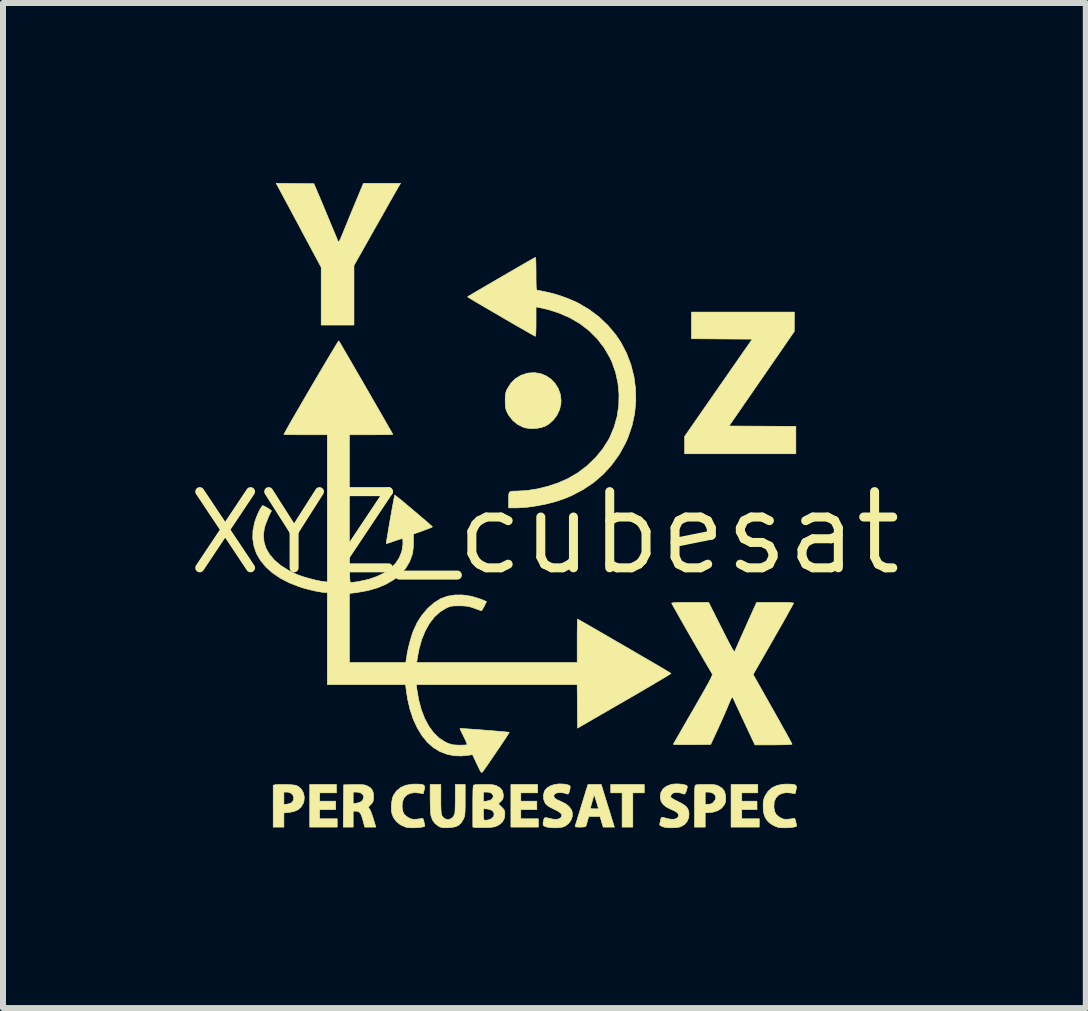
<source format=kicad_pcb>
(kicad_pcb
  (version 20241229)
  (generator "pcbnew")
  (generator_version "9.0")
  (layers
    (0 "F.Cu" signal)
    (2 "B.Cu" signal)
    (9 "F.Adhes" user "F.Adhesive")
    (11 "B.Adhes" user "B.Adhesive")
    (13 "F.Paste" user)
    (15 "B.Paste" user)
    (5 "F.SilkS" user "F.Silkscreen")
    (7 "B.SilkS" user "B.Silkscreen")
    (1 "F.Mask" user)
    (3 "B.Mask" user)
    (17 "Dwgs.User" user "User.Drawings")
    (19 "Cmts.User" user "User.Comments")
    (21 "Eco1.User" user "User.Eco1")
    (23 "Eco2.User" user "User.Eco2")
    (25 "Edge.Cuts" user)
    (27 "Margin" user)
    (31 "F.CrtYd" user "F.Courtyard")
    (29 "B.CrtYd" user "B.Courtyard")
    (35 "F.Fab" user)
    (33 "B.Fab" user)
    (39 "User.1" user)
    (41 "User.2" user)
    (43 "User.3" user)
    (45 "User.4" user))
  (footprint "XYZ_cubesat"
    (layer "F.Cu")
    (at 6.025 5.835)
    (property "Reference" "XYZ_cubesat" (at 0 0 0) (layer "F.SilkS") (effects (font (size 1.27 1.27) (thickness 0.15))))
    (attr through_hole)
    (fp_poly (pts (xy 1.664 4.331) (xy 1.473 4.331) (xy 1.473 4.902) (xy 1.295 4.902) (xy 1.295 4.331) (xy 1.105 4.331) (xy 1.105 4.191) (xy 1.664 4.191) (xy 1.664 4.331)) (stroke (width 0.01) (type solid)) (fill yes) (layer "F.SilkS"))
    (fp_poly (pts (xy -3.467 4.331) (xy -3.747 4.331) (xy -3.747 4.47) (xy -3.48 4.47) (xy -3.48 4.61) (xy -3.747 4.61) (xy -3.747 4.763) (xy -3.454 4.763) (xy -3.454 4.902) (xy -3.912 4.902) (xy -3.912 4.191) (xy -3.467 4.191) (xy -3.467 4.331)) (stroke (width 0.01) (type solid)) (fill yes) (layer "F.SilkS"))
    (fp_poly (pts (xy -0.114 4.331) (xy -0.394 4.331) (xy -0.394 4.47) (xy -0.127 4.47) (xy -0.127 4.61) (xy -0.394 4.61) (xy -0.394 4.763) (xy -0.102 4.763) (xy -0.102 4.902) (xy -0.559 4.902) (xy -0.559 4.191) (xy -0.114 4.191) (xy -0.114 4.331)) (stroke (width 0.01) (type solid)) (fill yes) (layer "F.SilkS"))
    (fp_poly (pts (xy 3.556 4.331) (xy 3.289 4.331) (xy 3.289 4.47) (xy 3.543 4.47) (xy 3.543 4.61) (xy 3.289 4.61) (xy 3.289 4.763) (xy 3.581 4.763) (xy 3.581 4.902) (xy 3.111 4.902) (xy 3.111 4.191) (xy 3.556 4.191) (xy 3.556 4.331)) (stroke (width 0.01) (type solid)) (fill yes) (layer "F.SilkS"))
    (fp_poly (pts (xy 4.165 -3.521) (xy 4.164 -3.359) (xy 3.077 -1.784) (xy 3.634 -1.781) (xy 4.191 -1.778) (xy 4.191 -1.321) (xy 2.337 -1.321) (xy 2.337 -1.611) (xy 3.464 -3.232) (xy 2.957 -3.235) (xy 2.451 -3.239) (xy 2.451 -3.683) (xy 4.166 -3.683) (xy 4.165 -3.521)) (stroke (width 0.01) (type solid)) (fill yes) (layer "F.SilkS"))
    (fp_poly (pts (xy -4.302 4.193) (xy -4.234 4.195) (xy -4.186 4.199) (xy -4.151 4.204) (xy -4.125 4.213) (xy -4.102 4.225) (xy -4.1 4.226) (xy -4.05 4.271) (xy -4.018 4.331) (xy -4.003 4.399) (xy -4.008 4.469) (xy -4.02 4.505) (xy -4.057 4.568) (xy -4.109 4.613) (xy -4.179 4.643) (xy -4.261 4.657) (xy -4.343 4.665) (xy -4.343 4.902) (xy -4.521 4.902) (xy -4.521 4.318) (xy -4.343 4.318) (xy -4.343 4.525) (xy -4.284 4.518) (xy -4.232 4.505) (xy -4.201 4.483) (xy -4.179 4.44) (xy -4.18 4.397) (xy -4.199 4.359) (xy -4.235 4.331) (xy -4.285 4.318) (xy -4.294 4.318) (xy -4.343 4.318) (xy -4.521 4.318) (xy -4.521 4.204) (xy -4.49 4.196) (xy -4.465 4.194) (xy -4.421 4.192) (xy -4.364 4.192) (xy -4.302 4.193)) (stroke (width 0.01) (type solid)) (fill yes) (layer "F.SilkS"))
    (fp_poly (pts (xy -0.066 -2.658) (xy 0.026 -2.621) (xy 0.107 -2.567) (xy 0.175 -2.497) (xy 0.228 -2.414) (xy 0.263 -2.32) (xy 0.277 -2.218) (xy 0.275 -2.155) (xy 0.252 -2.056) (xy 0.208 -1.963) (xy 0.146 -1.881) (xy 0.069 -1.814) (xy 0.015 -1.782) (xy -0.057 -1.757) (xy -0.143 -1.743) (xy -0.231 -1.741) (xy -0.314 -1.752) (xy -0.351 -1.763) (xy -0.445 -1.809) (xy -0.527 -1.876) (xy -0.594 -1.961) (xy -0.619 -2.007) (xy -0.635 -2.043) (xy -0.646 -2.076) (xy -0.651 -2.115) (xy -0.653 -2.166) (xy -0.654 -2.203) (xy -0.653 -2.265) (xy -0.65 -2.309) (xy -0.643 -2.344) (xy -0.631 -2.377) (xy -0.62 -2.401) (xy -0.56 -2.497) (xy -0.484 -2.573) (xy -0.394 -2.628) (xy -0.289 -2.663) (xy -0.27 -2.667) (xy -0.165 -2.673) (xy -0.066 -2.658)) (stroke (width 0.01) (type solid)) (fill yes) (layer "F.SilkS"))
    (fp_poly (pts (xy -3.053 4.194) (xy -3.014 4.197) (xy -2.985 4.203) (xy -2.958 4.213) (xy -2.953 4.215) (xy -2.899 4.248) (xy -2.865 4.291) (xy -2.849 4.348) (xy -2.848 4.405) (xy -2.852 4.451) (xy -2.86 4.482) (xy -2.875 4.505) (xy -2.899 4.529) (xy -2.923 4.554) (xy -2.934 4.573) (xy -2.933 4.579) (xy -2.913 4.602) (xy -2.89 4.651) (xy -2.864 4.725) (xy -2.846 4.782) (xy -2.81 4.902) (xy -2.995 4.902) (xy -3.024 4.792) (xy -3.044 4.725) (xy -3.064 4.679) (xy -3.087 4.652) (xy -3.115 4.638) (xy -3.143 4.636) (xy -3.188 4.636) (xy -3.188 4.902) (xy -3.353 4.902) (xy -3.348 4.318) (xy -3.188 4.318) (xy -3.188 4.511) (xy -3.127 4.503) (xy -3.072 4.487) (xy -3.038 4.463) (xy -3.015 4.422) (xy -3.014 4.384) (xy -3.034 4.351) (xy -3.072 4.328) (xy -3.125 4.318) (xy -3.132 4.318) (xy -3.188 4.318) (xy -3.348 4.318) (xy -3.346 4.197) (xy -3.178 4.194) (xy -3.105 4.193) (xy -3.053 4.194)) (stroke (width 0.01) (type solid)) (fill yes) (layer "F.SilkS"))
    (fp_poly (pts (xy -1.727 4.433) (xy -1.727 4.523) (xy -1.725 4.592) (xy -1.723 4.642) (xy -1.718 4.677) (xy -1.712 4.702) (xy -1.708 4.712) (xy -1.676 4.752) (xy -1.635 4.773) (xy -1.59 4.774) (xy -1.549 4.757) (xy -1.515 4.723) (xy -1.494 4.673) (xy -1.494 4.672) (xy -1.491 4.646) (xy -1.489 4.6) (xy -1.487 4.539) (xy -1.486 4.468) (xy -1.486 4.412) (xy -1.486 4.191) (xy -1.321 4.191) (xy -1.321 4.448) (xy -1.321 4.536) (xy -1.322 4.602) (xy -1.324 4.652) (xy -1.327 4.688) (xy -1.331 4.716) (xy -1.338 4.739) (xy -1.348 4.762) (xy -1.352 4.771) (xy -1.386 4.829) (xy -1.429 4.87) (xy -1.484 4.896) (xy -1.558 4.909) (xy -1.598 4.912) (xy -1.656 4.913) (xy -1.697 4.911) (xy -1.729 4.903) (xy -1.76 4.89) (xy -1.763 4.888) (xy -1.822 4.844) (xy -1.867 4.782) (xy -1.891 4.712) (xy -1.896 4.68) (xy -1.899 4.629) (xy -1.902 4.563) (xy -1.904 4.488) (xy -1.905 4.423) (xy -1.905 4.191) (xy -1.727 4.191) (xy -1.727 4.433)) (stroke (width 0.01) (type solid)) (fill yes) (layer "F.SilkS"))
    (fp_poly (pts (xy 2.765 4.192) (xy 2.814 4.194) (xy 2.85 4.198) (xy 2.878 4.206) (xy 2.906 4.218) (xy 2.908 4.22) (xy 2.961 4.254) (xy 2.995 4.295) (xy 3.014 4.348) (xy 3.02 4.4) (xy 3.021 4.451) (xy 3.016 4.489) (xy 3.002 4.523) (xy 2.998 4.53) (xy 2.952 4.587) (xy 2.887 4.629) (xy 2.806 4.654) (xy 2.727 4.661) (xy 2.68 4.661) (xy 2.68 4.902) (xy 2.502 4.902) (xy 2.502 4.554) (xy 2.502 4.45) (xy 2.503 4.368) (xy 2.503 4.318) (xy 2.68 4.318) (xy 2.68 4.521) (xy 2.731 4.521) (xy 2.775 4.516) (xy 2.809 4.495) (xy 2.82 4.484) (xy 2.85 4.442) (xy 2.856 4.401) (xy 2.841 4.364) (xy 2.807 4.336) (xy 2.757 4.32) (xy 2.725 4.318) (xy 2.68 4.318) (xy 2.503 4.318) (xy 2.504 4.307) (xy 2.505 4.262) (xy 2.508 4.232) (xy 2.512 4.213) (xy 2.517 4.203) (xy 2.522 4.199) (xy 2.542 4.196) (xy 2.582 4.193) (xy 2.635 4.192) (xy 2.697 4.191) (xy 2.697 4.191) (xy 2.765 4.192)) (stroke (width 0.01) (type solid)) (fill yes) (layer "F.SilkS"))
    (fp_poly (pts (xy -2.098 4.186) (xy -2.047 4.19) (xy -2.015 4.2) (xy -1.999 4.218) (xy -1.997 4.246) (xy -2.005 4.286) (xy -2.008 4.297) (xy -2.021 4.345) (xy -2.074 4.335) (xy -2.164 4.327) (xy -2.239 4.339) (xy -2.299 4.37) (xy -2.342 4.418) (xy -2.367 4.483) (xy -2.373 4.563) (xy -2.372 4.568) (xy -2.362 4.635) (xy -2.34 4.685) (xy -2.3 4.723) (xy -2.26 4.748) (xy -2.219 4.766) (xy -2.18 4.772) (xy -2.133 4.77) (xy -2.089 4.765) (xy -2.055 4.759) (xy -2.042 4.756) (xy -2.028 4.757) (xy -2.018 4.774) (xy -2.008 4.812) (xy -2.008 4.813) (xy -2 4.851) (xy -1.995 4.876) (xy -1.994 4.883) (xy -2.006 4.893) (xy -2.037 4.901) (xy -2.082 4.907) (xy -2.136 4.912) (xy -2.193 4.913) (xy -2.246 4.912) (xy -2.29 4.908) (xy -2.311 4.903) (xy -2.396 4.866) (xy -2.465 4.812) (xy -2.516 4.744) (xy -2.541 4.681) (xy -2.55 4.626) (xy -2.551 4.558) (xy -2.546 4.488) (xy -2.535 4.425) (xy -2.519 4.376) (xy -2.518 4.375) (xy -2.465 4.298) (xy -2.396 4.241) (xy -2.311 4.204) (xy -2.21 4.187) (xy -2.172 4.185) (xy -2.098 4.186)) (stroke (width 0.01) (type solid)) (fill yes) (layer "F.SilkS"))
    (fp_poly (pts (xy -4.158 -5.826) (xy -3.843 -5.823) (xy -3.794 -5.709) (xy -3.776 -5.667) (xy -3.75 -5.606) (xy -3.718 -5.53) (xy -3.681 -5.443) (xy -3.643 -5.35) (xy -3.603 -5.255) (xy -3.599 -5.245) (xy -3.562 -5.155) (xy -3.527 -5.072) (xy -3.496 -4.998) (xy -3.471 -4.938) (xy -3.452 -4.893) (xy -3.442 -4.867) (xy -3.44 -4.864) (xy -3.435 -4.855) (xy -3.428 -4.855) (xy -3.419 -4.865) (xy -3.407 -4.889) (xy -3.389 -4.93) (xy -3.364 -4.989) (xy -3.335 -5.061) (xy -3.3 -5.146) (xy -3.259 -5.247) (xy -3.215 -5.354) (xy -3.171 -5.46) (xy -3.131 -5.557) (xy -3.13 -5.559) (xy -3.017 -5.829) (xy -2.398 -5.829) (xy -2.423 -5.788) (xy -2.434 -5.77) (xy -2.456 -5.731) (xy -2.488 -5.675) (xy -2.529 -5.603) (xy -2.578 -5.517) (xy -2.633 -5.419) (xy -2.693 -5.312) (xy -2.758 -5.198) (xy -2.812 -5.103) (xy -3.175 -4.459) (xy -3.175 -3.467) (xy -3.721 -3.467) (xy -3.721 -4.429) (xy -4.04 -5.024) (xy -4.102 -5.142) (xy -4.163 -5.255) (xy -4.221 -5.363) (xy -4.274 -5.462) (xy -4.321 -5.549) (xy -4.36 -5.622) (xy -4.391 -5.679) (xy -4.411 -5.717) (xy -4.415 -5.725) (xy -4.472 -5.83) (xy -4.158 -5.826)) (stroke (width 0.01) (type solid)) (fill yes) (layer "F.SilkS"))
    (fp_poly (pts (xy 4.1 4.186) (xy 4.151 4.19) (xy 4.183 4.2) (xy 4.199 4.218) (xy 4.201 4.246) (xy 4.193 4.286) (xy 4.19 4.297) (xy 4.177 4.345) (xy 4.123 4.335) (xy 4.034 4.327) (xy 3.959 4.339) (xy 3.899 4.37) (xy 3.856 4.418) (xy 3.83 4.483) (xy 3.825 4.563) (xy 3.825 4.568) (xy 3.835 4.635) (xy 3.858 4.685) (xy 3.898 4.723) (xy 3.938 4.748) (xy 3.979 4.766) (xy 4.018 4.772) (xy 4.065 4.77) (xy 4.108 4.765) (xy 4.143 4.759) (xy 4.156 4.756) (xy 4.169 4.757) (xy 4.179 4.774) (xy 4.19 4.812) (xy 4.19 4.813) (xy 4.198 4.851) (xy 4.203 4.876) (xy 4.204 4.883) (xy 4.192 4.893) (xy 4.161 4.901) (xy 4.115 4.907) (xy 4.061 4.912) (xy 4.005 4.913) (xy 3.952 4.912) (xy 3.907 4.908) (xy 3.886 4.903) (xy 3.82 4.876) (xy 3.76 4.838) (xy 3.716 4.797) (xy 3.714 4.794) (xy 3.679 4.739) (xy 3.657 4.677) (xy 3.647 4.604) (xy 3.646 4.553) (xy 3.647 4.492) (xy 3.654 4.446) (xy 3.668 4.404) (xy 3.675 4.388) (xy 3.725 4.308) (xy 3.79 4.248) (xy 3.871 4.209) (xy 3.968 4.188) (xy 4.026 4.185) (xy 4.1 4.186)) (stroke (width 0.01) (type solid)) (fill yes) (layer "F.SilkS"))
    (fp_poly (pts (xy 1.026 4.448) (xy 1.052 4.532) (xy 1.078 4.615) (xy 1.101 4.691) (xy 1.121 4.755) (xy 1.135 4.8) (xy 1.136 4.804) (xy 1.166 4.902) (xy 0.979 4.902) (xy 0.953 4.813) (xy 0.926 4.724) (xy 0.738 4.724) (xy 0.718 4.797) (xy 0.706 4.839) (xy 0.696 4.872) (xy 0.692 4.886) (xy 0.676 4.896) (xy 0.637 4.901) (xy 0.596 4.902) (xy 0.547 4.901) (xy 0.519 4.897) (xy 0.511 4.889) (xy 0.511 4.886) (xy 0.517 4.87) (xy 0.528 4.833) (xy 0.545 4.779) (xy 0.565 4.712) (xy 0.589 4.635) (xy 0.602 4.591) (xy 0.605 4.582) (xy 0.765 4.582) (xy 0.769 4.591) (xy 0.793 4.596) (xy 0.83 4.597) (xy 0.869 4.597) (xy 0.895 4.596) (xy 0.901 4.594) (xy 0.898 4.582) (xy 0.888 4.55) (xy 0.875 4.505) (xy 0.864 4.47) (xy 0.848 4.417) (xy 0.836 4.384) (xy 0.829 4.371) (xy 0.823 4.373) (xy 0.819 4.388) (xy 0.81 4.425) (xy 0.797 4.471) (xy 0.784 4.518) (xy 0.773 4.558) (xy 0.765 4.581) (xy 0.765 4.582) (xy 0.605 4.582) (xy 0.628 4.507) (xy 0.652 4.428) (xy 0.674 4.357) (xy 0.691 4.3) (xy 0.703 4.262) (xy 0.707 4.251) (xy 0.726 4.191) (xy 0.947 4.191) (xy 1.026 4.448)) (stroke (width 0.01) (type solid)) (fill yes) (layer "F.SilkS"))
    (fp_poly (pts (xy 0.334 4.186) (xy 0.359 4.19) (xy 0.4 4.2) (xy 0.423 4.212) (xy 0.43 4.232) (xy 0.426 4.267) (xy 0.417 4.3) (xy 0.406 4.336) (xy 0.394 4.351) (xy 0.384 4.35) (xy 0.32 4.332) (xy 0.26 4.326) (xy 0.21 4.331) (xy 0.174 4.348) (xy 0.158 4.37) (xy 0.158 4.397) (xy 0.176 4.422) (xy 0.216 4.448) (xy 0.278 4.475) (xy 0.279 4.476) (xy 0.355 4.514) (xy 0.414 4.562) (xy 0.452 4.617) (xy 0.464 4.655) (xy 0.465 4.722) (xy 0.443 4.786) (xy 0.403 4.841) (xy 0.348 4.883) (xy 0.308 4.9) (xy 0.258 4.909) (xy 0.194 4.913) (xy 0.126 4.912) (xy 0.066 4.906) (xy 0.038 4.9) (xy -0.001 4.886) (xy -0.02 4.87) (xy -0.023 4.842) (xy -0.02 4.817) (xy -0.01 4.773) (xy 0.002 4.749) (xy 0.024 4.743) (xy 0.061 4.751) (xy 0.077 4.755) (xy 0.148 4.77) (xy 0.208 4.772) (xy 0.253 4.76) (xy 0.281 4.735) (xy 0.286 4.724) (xy 0.289 4.7) (xy 0.279 4.678) (xy 0.253 4.655) (xy 0.209 4.628) (xy 0.158 4.603) (xy 0.099 4.573) (xy 0.058 4.548) (xy 0.03 4.525) (xy 0.011 4.5) (xy -0.012 4.441) (xy -0.017 4.374) (xy -0.002 4.31) (xy 0.004 4.296) (xy 0.042 4.25) (xy 0.099 4.215) (xy 0.169 4.191) (xy 0.249 4.181) (xy 0.334 4.186)) (stroke (width 0.01) (type solid)) (fill yes) (layer "F.SilkS"))
    (fp_poly (pts (xy 2.283 4.187) (xy 2.332 4.195) (xy 2.367 4.207) (xy 2.377 4.213) (xy 2.381 4.231) (xy 2.376 4.262) (xy 2.366 4.297) (xy 2.353 4.328) (xy 2.339 4.349) (xy 2.33 4.352) (xy 2.273 4.334) (xy 2.219 4.324) (xy 2.176 4.324) (xy 2.171 4.325) (xy 2.136 4.34) (xy 2.111 4.366) (xy 2.103 4.394) (xy 2.104 4.403) (xy 2.118 4.416) (xy 2.15 4.436) (xy 2.195 4.46) (xy 2.23 4.477) (xy 2.301 4.515) (xy 2.351 4.549) (xy 2.384 4.586) (xy 2.402 4.627) (xy 2.41 4.667) (xy 2.406 4.74) (xy 2.38 4.805) (xy 2.335 4.858) (xy 2.273 4.894) (xy 2.251 4.901) (xy 2.211 4.908) (xy 2.155 4.912) (xy 2.096 4.913) (xy 2.042 4.911) (xy 2.013 4.906) (xy 1.982 4.898) (xy 1.952 4.887) (xy 1.927 4.873) (xy 1.921 4.854) (xy 1.924 4.842) (xy 1.932 4.804) (xy 1.939 4.774) (xy 1.944 4.752) (xy 1.953 4.741) (xy 1.972 4.74) (xy 2.005 4.747) (xy 2.041 4.758) (xy 2.107 4.771) (xy 2.163 4.77) (xy 2.205 4.756) (xy 2.23 4.73) (xy 2.235 4.706) (xy 2.23 4.682) (xy 2.212 4.66) (xy 2.178 4.637) (xy 2.124 4.612) (xy 2.108 4.605) (xy 2.032 4.567) (xy 1.979 4.524) (xy 1.946 4.475) (xy 1.932 4.417) (xy 1.93 4.39) (xy 1.942 4.324) (xy 1.976 4.267) (xy 2.03 4.223) (xy 2.102 4.194) (xy 2.124 4.188) (xy 2.171 4.183) (xy 2.227 4.182) (xy 2.283 4.187)) (stroke (width 0.01) (type solid)) (fill yes) (layer "F.SilkS"))
    (fp_poly (pts (xy -0.926 4.192) (xy -0.873 4.195) (xy -0.834 4.201) (xy -0.803 4.211) (xy -0.793 4.215) (xy -0.736 4.25) (xy -0.701 4.295) (xy -0.686 4.353) (xy -0.686 4.372) (xy -0.688 4.414) (xy -0.699 4.443) (xy -0.724 4.472) (xy -0.727 4.475) (xy -0.768 4.515) (xy -0.714 4.567) (xy -0.684 4.598) (xy -0.668 4.623) (xy -0.661 4.652) (xy -0.66 4.689) (xy -0.67 4.759) (xy -0.699 4.815) (xy -0.749 4.859) (xy -0.779 4.875) (xy -0.81 4.889) (xy -0.842 4.899) (xy -0.882 4.904) (xy -0.935 4.908) (xy -0.988 4.909) (xy -1.05 4.91) (xy -1.104 4.91) (xy -1.145 4.909) (xy -1.165 4.907) (xy -1.194 4.9) (xy -1.194 4.691) (xy -1.016 4.691) (xy -1.015 4.743) (xy -1.01 4.773) (xy -0.997 4.787) (xy -0.972 4.788) (xy -0.93 4.78) (xy -0.93 4.78) (xy -0.883 4.761) (xy -0.85 4.729) (xy -0.838 4.689) (xy -0.838 4.688) (xy -0.849 4.647) (xy -0.883 4.618) (xy -0.937 4.602) (xy -0.952 4.6) (xy -1.016 4.594) (xy -1.016 4.691) (xy -1.194 4.691) (xy -1.194 4.553) (xy -1.194 4.449) (xy -1.193 4.368) (xy -1.192 4.318) (xy -1.016 4.318) (xy -1.016 4.474) (xy -0.956 4.467) (xy -0.904 4.454) (xy -0.874 4.432) (xy -0.854 4.398) (xy -0.857 4.369) (xy -0.876 4.343) (xy -0.909 4.324) (xy -0.957 4.318) (xy -0.959 4.318) (xy -1.016 4.318) (xy -1.192 4.318) (xy -1.192 4.306) (xy -1.19 4.262) (xy -1.188 4.231) (xy -1.184 4.213) (xy -1.179 4.203) (xy -1.174 4.199) (xy -1.154 4.196) (xy -1.114 4.193) (xy -1.06 4.192) (xy -0.999 4.191) (xy -0.926 4.192)) (stroke (width 0.01) (type solid)) (fill yes) (layer "F.SilkS"))
    (fp_poly (pts (xy 2.737 1.156) (xy 2.949 1.577) (xy 3.004 1.686) (xy 3.049 1.774) (xy 3.085 1.843) (xy 3.113 1.896) (xy 3.134 1.933) (xy 3.149 1.957) (xy 3.16 1.97) (xy 3.167 1.974) (xy 3.172 1.97) (xy 3.174 1.967) (xy 3.188 1.935) (xy 3.21 1.885) (xy 3.239 1.819) (xy 3.273 1.743) (xy 3.31 1.66) (xy 3.348 1.576) (xy 3.385 1.493) (xy 3.419 1.417) (xy 3.449 1.35) (xy 3.455 1.337) (xy 3.537 1.156) (xy 3.845 1.156) (xy 3.957 1.156) (xy 4.044 1.158) (xy 4.106 1.161) (xy 4.142 1.164) (xy 4.153 1.169) (xy 4.147 1.182) (xy 4.129 1.215) (xy 4.101 1.266) (xy 4.064 1.333) (xy 4.019 1.414) (xy 3.967 1.506) (xy 3.909 1.607) (xy 3.846 1.717) (xy 3.816 1.77) (xy 3.479 2.358) (xy 3.803 2.932) (xy 3.866 3.043) (xy 3.924 3.147) (xy 3.977 3.243) (xy 4.025 3.328) (xy 4.064 3.399) (xy 4.095 3.456) (xy 4.116 3.496) (xy 4.127 3.516) (xy 4.128 3.519) (xy 4.115 3.522) (xy 4.08 3.526) (xy 4.023 3.528) (xy 3.948 3.53) (xy 3.856 3.531) (xy 3.818 3.531) (xy 3.509 3.531) (xy 3.435 3.375) (xy 3.398 3.296) (xy 3.358 3.211) (xy 3.317 3.123) (xy 3.277 3.038) (xy 3.239 2.956) (xy 3.205 2.883) (xy 3.177 2.822) (xy 3.156 2.776) (xy 3.143 2.749) (xy 3.142 2.745) (xy 3.136 2.736) (xy 3.129 2.737) (xy 3.119 2.751) (xy 3.104 2.779) (xy 3.084 2.826) (xy 3.055 2.893) (xy 3.051 2.904) (xy 3.018 2.982) (xy 2.977 3.075) (xy 2.934 3.172) (xy 2.892 3.264) (xy 2.872 3.308) (xy 2.771 3.524) (xy 2.458 3.528) (xy 2.372 3.528) (xy 2.295 3.528) (xy 2.231 3.527) (xy 2.183 3.525) (xy 2.155 3.523) (xy 2.148 3.52) (xy 2.155 3.508) (xy 2.174 3.475) (xy 2.203 3.425) (xy 2.241 3.359) (xy 2.287 3.279) (xy 2.339 3.188) (xy 2.397 3.087) (xy 2.46 2.979) (xy 2.482 2.941) (xy 2.558 2.809) (xy 2.622 2.697) (xy 2.675 2.604) (xy 2.717 2.528) (xy 2.75 2.468) (xy 2.773 2.422) (xy 2.789 2.388) (xy 2.797 2.366) (xy 2.799 2.354) (xy 2.798 2.351) (xy 2.777 2.315) (xy 2.746 2.262) (xy 2.707 2.196) (xy 2.661 2.118) (xy 2.611 2.03) (xy 2.557 1.937) (xy 2.5 1.839) (xy 2.443 1.739) (xy 2.386 1.64) (xy 2.331 1.544) (xy 2.28 1.454) (xy 2.233 1.372) (xy 2.193 1.3) (xy 2.16 1.242) (xy 2.137 1.199) (xy 2.123 1.175) (xy 2.121 1.169) (xy 2.132 1.165) (xy 2.165 1.161) (xy 2.221 1.158) (xy 2.3 1.156) (xy 2.405 1.156) (xy 2.429 1.156) (xy 2.737 1.156)) (stroke (width 0.01) (type solid)) (fill yes) (layer "F.SilkS"))
    (fp_poly (pts (xy -0.147 -4.584) (xy -0.144 -4.552) (xy -0.142 -4.501) (xy -0.141 -4.436) (xy -0.14 -4.359) (xy -0.14 -4.326) (xy -0.14 -4.236) (xy -0.139 -4.168) (xy -0.138 -4.119) (xy -0.136 -4.086) (xy -0.133 -4.065) (xy -0.128 -4.054) (xy -0.121 -4.048) (xy -0.112 -4.046) (xy -0.111 -4.046) (xy -0.086 -4.041) (xy -0.043 -4.033) (xy 0.008 -4.023) (xy 0.025 -4.019) (xy 0.135 -3.994) (xy 0.256 -3.958) (xy 0.378 -3.914) (xy 0.493 -3.866) (xy 0.561 -3.834) (xy 0.743 -3.727) (xy 0.91 -3.602) (xy 1.059 -3.46) (xy 1.19 -3.304) (xy 1.274 -3.178) (xy 1.369 -2.996) (xy 1.442 -2.804) (xy 1.492 -2.606) (xy 1.519 -2.403) (xy 1.523 -2.198) (xy 1.504 -1.994) (xy 1.461 -1.794) (xy 1.395 -1.599) (xy 1.353 -1.503) (xy 1.249 -1.313) (xy 1.125 -1.14) (xy 0.984 -0.984) (xy 0.824 -0.845) (xy 0.646 -0.725) (xy 0.451 -0.623) (xy 0.349 -0.58) (xy 0.206 -0.53) (xy 0.048 -0.488) (xy -0.116 -0.455) (xy -0.28 -0.431) (xy -0.433 -0.42) (xy -0.484 -0.419) (xy -0.597 -0.419) (xy -0.597 -0.551) (xy -0.597 -0.614) (xy -0.593 -0.656) (xy -0.583 -0.681) (xy -0.562 -0.694) (xy -0.525 -0.698) (xy -0.47 -0.699) (xy -0.459 -0.699) (xy -0.295 -0.708) (xy -0.121 -0.735) (xy 0.054 -0.778) (xy 0.224 -0.834) (xy 0.381 -0.902) (xy 0.387 -0.905) (xy 0.554 -1.002) (xy 0.708 -1.118) (xy 0.847 -1.251) (xy 0.968 -1.397) (xy 1.069 -1.555) (xy 1.091 -1.598) (xy 1.162 -1.767) (xy 1.212 -1.945) (xy 1.239 -2.129) (xy 1.243 -2.316) (xy 1.225 -2.501) (xy 1.185 -2.683) (xy 1.123 -2.857) (xy 1.092 -2.922) (xy 0.995 -3.089) (xy 0.879 -3.239) (xy 0.744 -3.374) (xy 0.591 -3.491) (xy 0.421 -3.59) (xy 0.236 -3.67) (xy 0.076 -3.721) (xy 0.02 -3.735) (xy -0.036 -3.748) (xy -0.079 -3.757) (xy -0.079 -3.757) (xy -0.14 -3.769) (xy -0.14 -3.522) (xy -0.14 -3.44) (xy -0.142 -3.372) (xy -0.144 -3.32) (xy -0.148 -3.288) (xy -0.151 -3.279) (xy -0.166 -3.287) (xy -0.2 -3.305) (xy -0.251 -3.334) (xy -0.315 -3.371) (xy -0.391 -3.415) (xy -0.476 -3.463) (xy -0.567 -3.516) (xy -0.662 -3.571) (xy -0.759 -3.628) (xy -0.854 -3.683) (xy -0.946 -3.737) (xy -1.032 -3.787) (xy -1.109 -3.832) (xy -1.175 -3.871) (xy -1.227 -3.903) (xy -1.263 -3.925) (xy -1.281 -3.936) (xy -1.282 -3.937) (xy -1.272 -3.944) (xy -1.242 -3.962) (xy -1.195 -3.99) (xy -1.133 -4.027) (xy -1.059 -4.07) (xy -0.976 -4.119) (xy -0.886 -4.171) (xy -0.792 -4.226) (xy -0.695 -4.282) (xy -0.599 -4.338) (xy -0.506 -4.392) (xy -0.419 -4.442) (xy -0.34 -4.488) (xy -0.271 -4.528) (xy -0.215 -4.559) (xy -0.175 -4.582) (xy -0.153 -4.594) (xy -0.15 -4.595) (xy -0.147 -4.584)) (stroke (width 0.01) (type solid)) (fill yes) (layer "F.SilkS"))
    (fp_poly (pts (xy -3.421 -3.192) (xy -3.401 -3.16) (xy -3.372 -3.11) (xy -3.334 -3.044) (xy -3.288 -2.966) (xy -3.236 -2.876) (xy -3.179 -2.777) (xy -3.117 -2.671) (xy -3.053 -2.561) (xy -2.988 -2.448) (xy -2.922 -2.334) (xy -2.858 -2.223) (xy -2.796 -2.115) (xy -2.737 -2.013) (xy -2.683 -1.919) (xy -2.635 -1.835) (xy -2.595 -1.764) (xy -2.562 -1.708) (xy -2.54 -1.668) (xy -2.529 -1.647) (xy -2.527 -1.644) (xy -2.539 -1.643) (xy -2.574 -1.641) (xy -2.627 -1.64) (xy -2.697 -1.639) (xy -2.778 -1.639) (xy -2.87 -1.638) (xy -2.889 -1.638) (xy -3.251 -1.638) (xy -3.251 -0.406) (xy -3.251 -0.202) (xy -3.251 -0.021) (xy -3.251 0.137) (xy -3.251 0.274) (xy -3.25 0.392) (xy -3.25 0.492) (xy -3.249 0.575) (xy -3.248 0.643) (xy -3.247 0.698) (xy -3.245 0.74) (xy -3.244 0.772) (xy -3.241 0.795) (xy -3.239 0.811) (xy -3.236 0.82) (xy -3.233 0.824) (xy -3.229 0.825) (xy -3.229 0.825) (xy -3.207 0.823) (xy -3.167 0.818) (xy -3.116 0.811) (xy -3.092 0.807) (xy -2.933 0.773) (xy -2.792 0.724) (xy -2.668 0.663) (xy -2.564 0.59) (xy -2.48 0.505) (xy -2.418 0.41) (xy -2.377 0.305) (xy -2.359 0.192) (xy -2.359 0.18) (xy -2.359 0.137) (xy -2.362 0.106) (xy -2.365 0.094) (xy -2.38 0.095) (xy -2.413 0.103) (xy -2.459 0.118) (xy -2.502 0.133) (xy -2.555 0.152) (xy -2.598 0.166) (xy -2.627 0.174) (xy -2.636 0.175) (xy -2.635 0.162) (xy -2.63 0.127) (xy -2.622 0.075) (xy -2.611 0.009) (xy -2.598 -0.068) (xy -2.584 -0.151) (xy -2.569 -0.238) (xy -2.553 -0.325) (xy -2.539 -0.407) (xy -2.525 -0.482) (xy -2.513 -0.546) (xy -2.504 -0.594) (xy -2.498 -0.625) (xy -2.495 -0.633) (xy -2.485 -0.626) (xy -2.458 -0.605) (xy -2.418 -0.573) (xy -2.366 -0.531) (xy -2.307 -0.481) (xy -2.242 -0.427) (xy -2.175 -0.37) (xy -2.108 -0.314) (xy -2.044 -0.259) (xy -1.985 -0.21) (xy -1.936 -0.167) (xy -1.898 -0.133) (xy -1.874 -0.111) (xy -1.867 -0.103) (xy -1.878 -0.096) (xy -1.909 -0.083) (xy -1.955 -0.065) (xy -2.012 -0.044) (xy -2.025 -0.039) (xy -2.183 0.017) (xy -2.183 0.145) (xy -2.186 0.242) (xy -2.197 0.326) (xy -2.203 0.356) (xy -2.247 0.477) (xy -2.314 0.589) (xy -2.402 0.689) (xy -2.51 0.776) (xy -2.637 0.851) (xy -2.782 0.913) (xy -2.944 0.959) (xy -3.121 0.991) (xy -3.134 0.993) (xy -3.251 1.007) (xy -3.251 2.159) (xy -2.312 2.159) (xy -2.306 2.13) (xy -2.301 2.101) (xy -2.295 2.059) (xy -2.292 2.038) (xy -2.281 1.971) (xy -2.262 1.888) (xy -2.239 1.8) (xy -2.214 1.715) (xy -2.189 1.642) (xy -2.184 1.629) (xy -2.121 1.493) (xy -2.046 1.375) (xy -1.954 1.267) (xy -1.938 1.25) (xy -1.836 1.16) (xy -1.73 1.095) (xy -1.617 1.053) (xy -1.495 1.033) (xy -1.368 1.032) (xy -1.217 1.054) (xy -1.064 1.101) (xy -1.022 1.118) (xy -0.965 1.142) (xy -1.003 1.219) (xy -1.024 1.257) (xy -1.04 1.285) (xy -1.049 1.295) (xy -1.049 1.295) (xy -1.063 1.291) (xy -1.096 1.28) (xy -1.141 1.264) (xy -1.166 1.255) (xy -1.22 1.236) (xy -1.264 1.224) (xy -1.309 1.218) (xy -1.362 1.214) (xy -1.416 1.214) (xy -1.479 1.214) (xy -1.525 1.216) (xy -1.56 1.221) (xy -1.592 1.231) (xy -1.628 1.247) (xy -1.641 1.253) (xy -1.742 1.315) (xy -1.834 1.399) (xy -1.916 1.505) (xy -1.986 1.63) (xy -2.045 1.773) (xy -2.09 1.933) (xy -2.113 2.054) (xy -2.13 2.159) (xy 0.546 2.159) (xy 0.546 1.797) (xy 0.546 1.704) (xy 0.547 1.62) (xy 0.548 1.548) (xy 0.549 1.491) (xy 0.55 1.453) (xy 0.551 1.436) (xy 0.552 1.435) (xy 0.564 1.441) (xy 0.596 1.459) (xy 0.646 1.487) (xy 0.711 1.524) (xy 0.789 1.569) (xy 0.879 1.621) (xy 0.978 1.678) (xy 1.083 1.739) (xy 1.193 1.803) (xy 1.306 1.868) (xy 1.42 1.934) (xy 1.531 1.999) (xy 1.639 2.062) (xy 1.741 2.121) (xy 1.835 2.176) (xy 1.919 2.225) (xy 1.99 2.267) (xy 2.046 2.301) (xy 2.086 2.325) (xy 2.108 2.338) (xy 2.11 2.34) (xy 2.1 2.347) (xy 2.07 2.367) (xy 2.021 2.397) (xy 1.956 2.436) (xy 1.875 2.484) (xy 1.781 2.54) (xy 1.675 2.602) (xy 1.56 2.669) (xy 1.436 2.741) (xy 1.333 2.8) (xy 0.552 3.252) (xy 0.546 2.527) (xy -2.136 2.527) (xy -2.128 2.594) (xy -2.097 2.777) (xy -2.053 2.943) (xy -1.996 3.091) (xy -1.927 3.22) (xy -1.847 3.329) (xy -1.755 3.418) (xy -1.653 3.484) (xy -1.602 3.507) (xy -1.554 3.523) (xy -1.503 3.532) (xy -1.439 3.535) (xy -1.414 3.536) (xy -1.361 3.535) (xy -1.319 3.533) (xy -1.294 3.53) (xy -1.289 3.528) (xy -1.291 3.515) (xy -1.303 3.483) (xy -1.323 3.439) (xy -1.346 3.391) (xy -1.372 3.339) (xy -1.392 3.297) (xy -1.404 3.268) (xy -1.407 3.257) (xy -1.394 3.257) (xy -1.359 3.259) (xy -1.307 3.263) (xy -1.24 3.267) (xy -1.162 3.273) (xy -1.077 3.279) (xy -0.989 3.286) (xy -0.901 3.293) (xy -0.817 3.3) (xy -0.741 3.307) (xy -0.676 3.312) (xy -0.626 3.317) (xy -0.595 3.32) (xy -0.586 3.322) (xy -0.592 3.333) (xy -0.61 3.362) (xy -0.638 3.405) (xy -0.675 3.461) (xy -0.718 3.525) (xy -0.764 3.594) (xy -0.813 3.666) (xy -0.862 3.738) (xy -0.909 3.806) (xy -0.951 3.868) (xy -0.988 3.92) (xy -1.015 3.959) (xy -1.033 3.983) (xy -1.036 3.987) (xy -1.045 3.991) (xy -1.055 3.985) (xy -1.069 3.965) (xy -1.088 3.928) (xy -1.115 3.872) (xy -1.126 3.849) (xy -1.199 3.693) (xy -1.244 3.701) (xy -1.381 3.716) (xy -1.505 3.712) (xy -1.623 3.688) (xy -1.739 3.643) (xy -1.752 3.637) (xy -1.858 3.571) (xy -1.955 3.483) (xy -2.043 3.374) (xy -2.12 3.247) (xy -2.187 3.102) (xy -2.24 2.943) (xy -2.28 2.771) (xy -2.299 2.651) (xy -2.315 2.527) (xy -3.619 2.527) (xy -3.619 0.991) (xy -3.657 0.991) (xy -3.702 0.987) (xy -3.765 0.977) (xy -3.84 0.962) (xy -3.921 0.943) (xy -4.001 0.922) (xy -4.074 0.899) (xy -4.081 0.897) (xy -4.251 0.831) (xy -4.402 0.753) (xy -4.533 0.664) (xy -4.643 0.566) (xy -4.731 0.459) (xy -4.798 0.345) (xy -4.841 0.223) (xy -4.862 0.095) (xy -4.859 -0.038) (xy -4.831 -0.175) (xy -4.819 -0.212) (xy -4.797 -0.273) (xy -4.772 -0.332) (xy -4.747 -0.384) (xy -4.723 -0.425) (xy -4.704 -0.451) (xy -4.695 -0.457) (xy -4.677 -0.451) (xy -4.648 -0.436) (xy -4.614 -0.416) (xy -4.582 -0.396) (xy -4.558 -0.378) (xy -4.55 -0.369) (xy -4.55 -0.369) (xy -4.577 -0.319) (xy -4.605 -0.255) (xy -4.633 -0.187) (xy -4.656 -0.124) (xy -4.669 -0.08) (xy -4.684 0.036) (xy -4.674 0.148) (xy -4.641 0.254) (xy -4.583 0.355) (xy -4.502 0.45) (xy -4.398 0.539) (xy -4.272 0.619) (xy -4.142 0.684) (xy -4.078 0.709) (xy -3.998 0.735) (xy -3.91 0.76) (xy -3.821 0.783) (xy -3.742 0.8) (xy -3.689 0.808) (xy -3.619 0.816) (xy -3.619 -1.638) (xy -3.981 -1.638) (xy -4.074 -1.638) (xy -4.158 -1.639) (xy -4.231 -1.64) (xy -4.287 -1.641) (xy -4.326 -1.642) (xy -4.343 -1.643) (xy -4.343 -1.644) (xy -4.337 -1.657) (xy -4.319 -1.69) (xy -4.291 -1.74) (xy -4.254 -1.806) (xy -4.209 -1.885) (xy -4.157 -1.974) (xy -4.1 -2.073) (xy -4.039 -2.178) (xy -3.975 -2.288) (xy -3.909 -2.401) (xy -3.843 -2.514) (xy -3.777 -2.625) (xy -3.714 -2.732) (xy -3.654 -2.834) (xy -3.598 -2.928) (xy -3.548 -3.011) (xy -3.505 -3.082) (xy -3.471 -3.139) (xy -3.446 -3.179) (xy -3.432 -3.201) (xy -3.429 -3.204) (xy -3.421 -3.192)) (stroke (width 0.01) (type solid)) (fill yes) (layer "F.SilkS")))
  (gr_rect
    (start -3 -3)
    (end 15.049 13.753)
    (stroke (width 0.1) (type default))
    (fill no)
    (layer "Edge.Cuts")))
</source>
